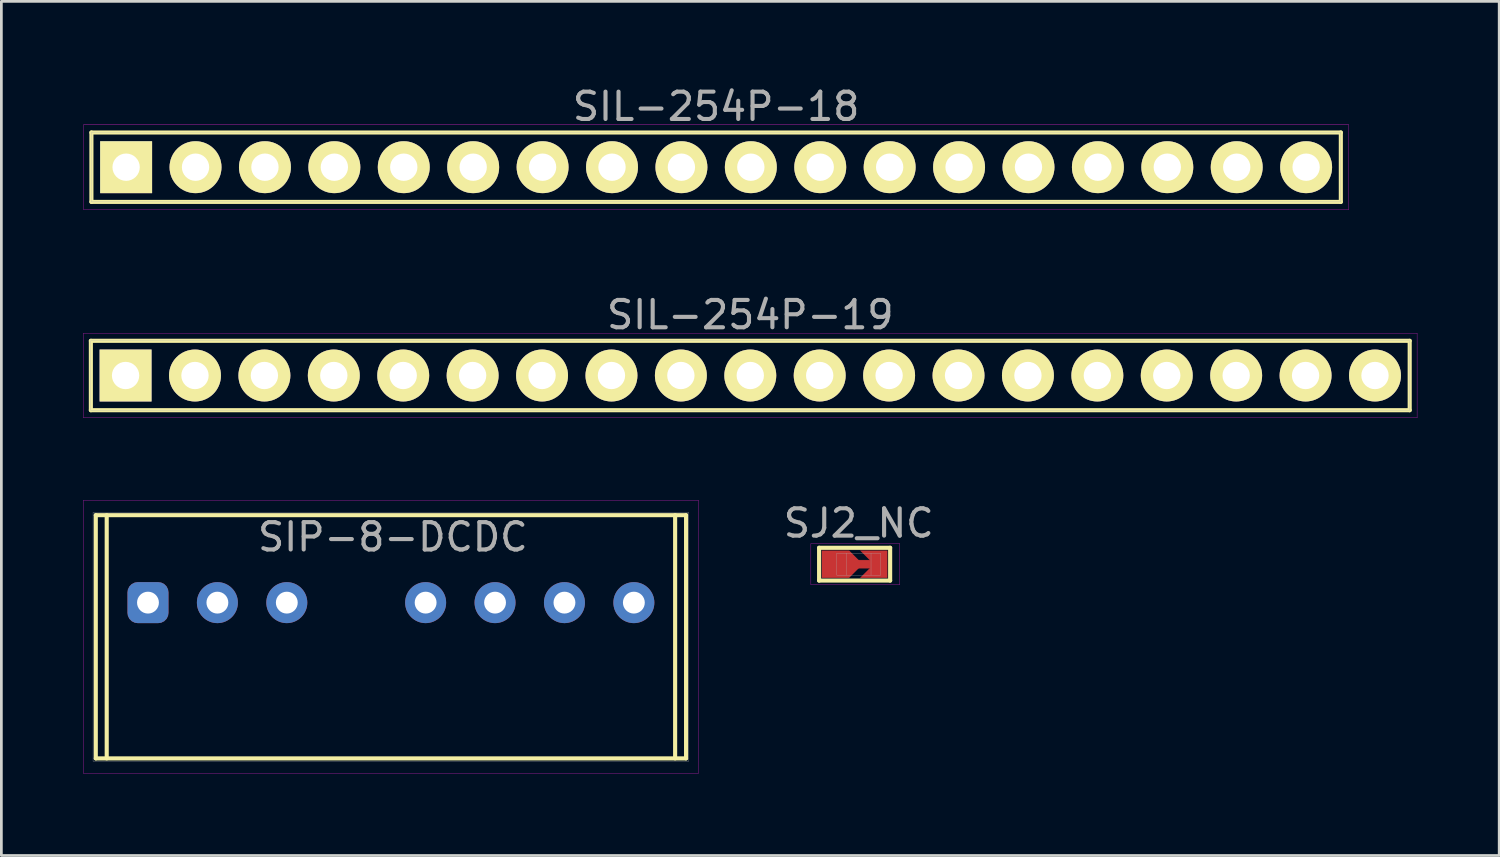
<source format=kicad_pcb>
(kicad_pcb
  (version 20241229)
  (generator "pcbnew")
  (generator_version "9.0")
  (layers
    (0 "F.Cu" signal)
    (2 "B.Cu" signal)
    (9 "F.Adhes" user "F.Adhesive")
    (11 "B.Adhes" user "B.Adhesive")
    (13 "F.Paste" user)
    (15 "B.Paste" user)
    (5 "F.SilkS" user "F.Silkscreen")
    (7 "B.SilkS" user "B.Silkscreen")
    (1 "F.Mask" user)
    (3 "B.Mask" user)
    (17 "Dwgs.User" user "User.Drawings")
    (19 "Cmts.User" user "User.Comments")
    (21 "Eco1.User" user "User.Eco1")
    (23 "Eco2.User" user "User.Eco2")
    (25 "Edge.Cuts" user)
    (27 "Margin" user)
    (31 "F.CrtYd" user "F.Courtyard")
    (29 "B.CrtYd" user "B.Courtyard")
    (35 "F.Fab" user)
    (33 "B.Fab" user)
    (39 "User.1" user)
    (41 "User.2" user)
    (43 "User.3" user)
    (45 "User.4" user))
  (footprint "SIL-254P-18"
    (layer "F.Cu")
    (at 23.155 3.068)
    (property "Reference" "SIL-254P-18" (at 0 -2.22 0) (layer "F.Fab") (effects (font (size 1 1) (thickness 0.15))))
    (attr through_hole)
    (fp_line (start -22.86 -1.27) (end 22.86 -1.27) (stroke (width 0.15) (type solid)) (layer "F.SilkS"))
    (fp_line (start -22.86 1.27) (end -22.86 -1.27) (stroke (width 0.15) (type solid)) (layer "F.SilkS"))
    (fp_line (start 22.86 -1.27) (end 22.86 1.27) (stroke (width 0.15) (type solid)) (layer "F.SilkS"))
    (fp_line (start 22.86 1.27) (end -22.86 1.27) (stroke (width 0.15) (type solid)) (layer "F.SilkS"))
    (fp_line (start -23.15 -1.55) (end 23.15 -1.55) (stroke (width 0.01) (type solid)) (layer "F.CrtYd"))
    (fp_line (start -23.15 1.55) (end -23.15 -1.55) (stroke (width 0.01) (type solid)) (layer "F.CrtYd"))
    (fp_line (start 23.15 -1.55) (end 23.15 1.55) (stroke (width 0.01) (type solid)) (layer "F.CrtYd"))
    (fp_line (start 23.15 1.55) (end -23.15 1.55) (stroke (width 0.01) (type solid)) (layer "F.CrtYd"))
    (fp_line (start -22.86 -1.27) (end 22.86 -1.27) (stroke (width 0.01) (type solid)) (layer "F.Fab"))
    (fp_line (start -22.86 1.27) (end -22.86 -1.27) (stroke (width 0.01) (type solid)) (layer "F.Fab"))
    (fp_line (start 22.86 -1.27) (end 22.86 1.27) (stroke (width 0.01) (type solid)) (layer "F.Fab"))
    (fp_line (start 22.86 1.27) (end -22.86 1.27) (stroke (width 0.01) (type solid)) (layer "F.Fab"))
    (pad "1" thru_hole rect (at -21.59 0) (size 1.9 1.9) (drill 1) (layers "*.Cu" "*.Mask" "F.SilkS"))
    (pad "2" thru_hole circle (at -19.05 0) (size 1.9 1.9) (drill 1) (layers "*.Cu" "*.Mask" "F.SilkS"))
    (pad "3" thru_hole circle (at -16.51 0) (size 1.9 1.9) (drill 1) (layers "*.Cu" "*.Mask" "F.SilkS"))
    (pad "4" thru_hole circle (at -13.97 0) (size 1.9 1.9) (drill 1) (layers "*.Cu" "*.Mask" "F.SilkS"))
    (pad "5" thru_hole circle (at -11.43 0) (size 1.9 1.9) (drill 1) (layers "*.Cu" "*.Mask" "F.SilkS"))
    (pad "6" thru_hole circle (at -8.89 0) (size 1.9 1.9) (drill 1) (layers "*.Cu" "*.Mask" "F.SilkS"))
    (pad "7" thru_hole circle (at -6.35 0) (size 1.9 1.9) (drill 1) (layers "*.Cu" "*.Mask" "F.SilkS"))
    (pad "8" thru_hole circle (at -3.81 0) (size 1.9 1.9) (drill 1) (layers "*.Cu" "*.Mask" "F.SilkS"))
    (pad "9" thru_hole circle (at -1.27 0) (size 1.9 1.9) (drill 1) (layers "*.Cu" "*.Mask" "F.SilkS"))
    (pad "10" thru_hole circle (at 1.27 0) (size 1.9 1.9) (drill 1) (layers "*.Cu" "*.Mask" "F.SilkS"))
    (pad "11" thru_hole circle (at 3.81 0) (size 1.9 1.9) (drill 1) (layers "*.Cu" "*.Mask" "F.SilkS"))
    (pad "12" thru_hole circle (at 6.35 0) (size 1.9 1.9) (drill 1) (layers "*.Cu" "*.Mask" "F.SilkS"))
    (pad "13" thru_hole circle (at 8.89 0) (size 1.9 1.9) (drill 1) (layers "*.Cu" "*.Mask" "F.SilkS"))
    (pad "14" thru_hole circle (at 11.43 0) (size 1.9 1.9) (drill 1) (layers "*.Cu" "*.Mask" "F.SilkS"))
    (pad "15" thru_hole circle (at 13.97 0) (size 1.9 1.9) (drill 1) (layers "*.Cu" "*.Mask" "F.SilkS"))
    (pad "16" thru_hole circle (at 16.51 0) (size 1.9 1.9) (drill 1) (layers "*.Cu" "*.Mask" "F.SilkS"))
    (pad "17" thru_hole circle (at 19.05 0) (size 1.9 1.9) (drill 1) (layers "*.Cu" "*.Mask" "F.SilkS"))
    (pad "18" thru_hole circle (at 21.59 0) (size 1.9 1.9) (drill 1) (layers "*.Cu" "*.Mask" "F.SilkS")))
  (footprint "SIP-8-DCDC"
    (layer "F.Cu")
    (at 11.255 19.002)
    (property "Reference" "SIP-8-DCDC" (at 0.07 -2.4 0) (layer "F.Fab") (effects (font (size 1 1) (thickness 0.15))))
    (attr through_hole)
    (fp_line (start -10.8 -3.2) (end 10.8 -3.2) (stroke (width 0.15) (type solid)) (layer "F.SilkS"))
    (fp_line (start -10.8 5.7) (end -10.8 -3.2) (stroke (width 0.15) (type solid)) (layer "F.SilkS"))
    (fp_line (start -10.4 -3.2) (end -10.4 5.7) (stroke (width 0.15) (type solid)) (layer "F.SilkS"))
    (fp_line (start 10.4 -3.2) (end 10.4 5.7) (stroke (width 0.15) (type solid)) (layer "F.SilkS"))
    (fp_line (start 10.8 -3.2) (end 10.8 5.7) (stroke (width 0.15) (type solid)) (layer "F.SilkS"))
    (fp_line (start 10.8 5.7) (end -10.8 5.7) (stroke (width 0.15) (type solid)) (layer "F.SilkS"))
    (fp_line (start -11.25 -3.75) (end -11.25 6.25) (stroke (width 0.01) (type solid)) (layer "F.CrtYd"))
    (fp_line (start -11.25 6.25) (end 11.25 6.25) (stroke (width 0.01) (type solid)) (layer "F.CrtYd"))
    (fp_line (start 11.25 -3.75) (end -11.25 -3.75) (stroke (width 0.01) (type solid)) (layer "F.CrtYd"))
    (fp_line (start 11.25 6.25) (end 11.25 -3.75) (stroke (width 0.01) (type solid)) (layer "F.CrtYd"))
    (fp_line (start -10.9 -3.3) (end 10.9 -3.3) (stroke (width 0.01) (type solid)) (layer "F.Fab"))
    (fp_line (start -10.9 5.8) (end -10.9 -3.3) (stroke (width 0.01) (type solid)) (layer "F.Fab"))
    (fp_line (start 10.9 -3.3) (end 10.9 5.8) (stroke (width 0.01) (type solid)) (layer "F.Fab"))
    (fp_line (start 10.9 5.8) (end -10.9 5.8) (stroke (width 0.01) (type solid)) (layer "F.Fab"))
    (pad "1" thru_hole roundrect (at -8.89 0) (size 1.5 1.5) (drill 0.8) (layers "*.Cu" "*.Mask") (roundrect_rratio 0.25))
    (pad "2" thru_hole circle (at -6.35 0) (size 1.5 1.5) (drill 0.8) (layers "*.Cu" "*.Mask"))
    (pad "3" thru_hole circle (at -3.81 0) (size 1.5 1.5) (drill 0.8) (layers "*.Cu" "*.Mask"))
    (pad "5" thru_hole circle (at 1.27 0) (size 1.5 1.5) (drill 0.8) (layers "*.Cu" "*.Mask"))
    (pad "6" thru_hole circle (at 3.81 0) (size 1.5 1.5) (drill 0.8) (layers "*.Cu" "*.Mask"))
    (pad "7" thru_hole circle (at 6.35 0) (size 1.5 1.5) (drill 0.8) (layers "*.Cu" "*.Mask"))
    (pad "8" thru_hole circle (at 8.89 0) (size 1.5 1.5) (drill 0.8) (layers "*.Cu" "*.Mask")))
  (footprint "SIL-254P-19"
    (layer "F.Cu")
    (at 24.405 10.691)
    (property "Reference" "SIL-254P-19" (at 0 -2.22 0) (layer "F.Fab") (effects (font (size 1 1) (thickness 0.15))))
    (attr through_hole)
    (fp_line (start -24.13 -1.27) (end 24.13 -1.27) (stroke (width 0.15) (type solid)) (layer "F.SilkS"))
    (fp_line (start -24.13 1.27) (end -24.13 -1.27) (stroke (width 0.15) (type solid)) (layer "F.SilkS"))
    (fp_line (start 24.13 -1.27) (end 24.13 1.27) (stroke (width 0.15) (type solid)) (layer "F.SilkS"))
    (fp_line (start 24.13 1.27) (end -24.13 1.27) (stroke (width 0.15) (type solid)) (layer "F.SilkS"))
    (fp_line (start -24.4 -1.55) (end 24.4 -1.55) (stroke (width 0.01) (type solid)) (layer "F.CrtYd"))
    (fp_line (start -24.4 1.55) (end -24.4 -1.55) (stroke (width 0.01) (type solid)) (layer "F.CrtYd"))
    (fp_line (start 24.4 -1.55) (end 24.4 1.55) (stroke (width 0.01) (type solid)) (layer "F.CrtYd"))
    (fp_line (start 24.4 1.55) (end -24.4 1.55) (stroke (width 0.01) (type solid)) (layer "F.CrtYd"))
    (fp_line (start -24.13 -1.27) (end 24.13 -1.27) (stroke (width 0.01) (type solid)) (layer "F.Fab"))
    (fp_line (start -24.13 1.27) (end -24.13 -1.27) (stroke (width 0.01) (type solid)) (layer "F.Fab"))
    (fp_line (start 24.13 -1.27) (end 24.13 1.27) (stroke (width 0.01) (type solid)) (layer "F.Fab"))
    (fp_line (start 24.13 1.27) (end -24.13 1.27) (stroke (width 0.01) (type solid)) (layer "F.Fab"))
    (pad "1" thru_hole rect (at -22.86 0) (size 1.9 1.9) (drill 1) (layers "*.Cu" "*.Mask" "F.SilkS"))
    (pad "2" thru_hole circle (at -20.32 0) (size 1.9 1.9) (drill 1) (layers "*.Cu" "*.Mask" "F.SilkS"))
    (pad "3" thru_hole circle (at -17.78 0) (size 1.9 1.9) (drill 1) (layers "*.Cu" "*.Mask" "F.SilkS"))
    (pad "4" thru_hole circle (at -15.24 0) (size 1.9 1.9) (drill 1) (layers "*.Cu" "*.Mask" "F.SilkS"))
    (pad "5" thru_hole circle (at -12.7 0) (size 1.9 1.9) (drill 1) (layers "*.Cu" "*.Mask" "F.SilkS"))
    (pad "6" thru_hole circle (at -10.16 0) (size 1.9 1.9) (drill 1) (layers "*.Cu" "*.Mask" "F.SilkS"))
    (pad "7" thru_hole circle (at -7.62 0) (size 1.9 1.9) (drill 1) (layers "*.Cu" "*.Mask" "F.SilkS"))
    (pad "8" thru_hole circle (at -5.08 0) (size 1.9 1.9) (drill 1) (layers "*.Cu" "*.Mask" "F.SilkS"))
    (pad "9" thru_hole circle (at -2.54 0) (size 1.9 1.9) (drill 1) (layers "*.Cu" "*.Mask" "F.SilkS"))
    (pad "10" thru_hole circle (at 0 0) (size 1.9 1.9) (drill 1) (layers "*.Cu" "*.Mask" "F.SilkS"))
    (pad "11" thru_hole circle (at 2.54 0) (size 1.9 1.9) (drill 1) (layers "*.Cu" "*.Mask" "F.SilkS"))
    (pad "12" thru_hole circle (at 5.08 0) (size 1.9 1.9) (drill 1) (layers "*.Cu" "*.Mask" "F.SilkS"))
    (pad "13" thru_hole circle (at 7.62 0) (size 1.9 1.9) (drill 1) (layers "*.Cu" "*.Mask" "F.SilkS"))
    (pad "14" thru_hole circle (at 10.16 0) (size 1.9 1.9) (drill 1) (layers "*.Cu" "*.Mask" "F.SilkS"))
    (pad "15" thru_hole circle (at 12.7 0) (size 1.9 1.9) (drill 1) (layers "*.Cu" "*.Mask" "F.SilkS"))
    (pad "16" thru_hole circle (at 15.24 0) (size 1.9 1.9) (drill 1) (layers "*.Cu" "*.Mask" "F.SilkS"))
    (pad "17" thru_hole circle (at 17.78 0) (size 1.9 1.9) (drill 1) (layers "*.Cu" "*.Mask" "F.SilkS"))
    (pad "18" thru_hole circle (at 20.32 0) (size 1.9 1.9) (drill 1) (layers "*.Cu" "*.Mask" "F.SilkS"))
    (pad "19" thru_hole circle (at 22.86 0) (size 1.9 1.9) (drill 1) (layers "*.Cu" "*.Mask" "F.SilkS")))
  (footprint "SJ2_NC"
    (layer "F.Cu")
    (at 28.373 17.595)
    (property "Reference" "SJ2_NC" (at 0 -1.5 180) (layer "F.Fab") (effects (font (size 1 1) (thickness 0.15))))
    (attr through_hole)
    (fp_poly (pts (xy 0.6 0.15) (xy -0.05 0.15) (xy -0.05 -0.15) (xy 0.6 -0.15)) (stroke (width 0.01) (type solid)) (fill yes) (layer "F.Cu"))
    (fp_line (start -1.45 -0.6) (end -1.45 0.6) (stroke (width 0.15) (type solid)) (layer "F.SilkS"))
    (fp_line (start -1.45 0.6) (end 1.15 0.6) (stroke (width 0.15) (type solid)) (layer "F.SilkS"))
    (fp_line (start 1.15 -0.6) (end -1.45 -0.6) (stroke (width 0.15) (type solid)) (layer "F.SilkS"))
    (fp_line (start 1.15 0.6) (end 1.15 -0.6) (stroke (width 0.15) (type solid)) (layer "F.SilkS"))
    (fp_line (start -1.75 -0.75) (end 1.5 -0.75) (stroke (width 0.01) (type solid)) (layer "F.CrtYd"))
    (fp_line (start -1.75 0.75) (end -1.75 -0.75) (stroke (width 0.01) (type solid)) (layer "F.CrtYd"))
    (fp_line (start 1.5 -0.75) (end 1.5 0.75) (stroke (width 0.01) (type solid)) (layer "F.CrtYd"))
    (fp_line (start 1.5 0.75) (end -1.75 0.75) (stroke (width 0.01) (type solid)) (layer "F.CrtYd"))
    (fp_line (start -0.8 -0.4) (end 0.8 -0.4) (stroke (width 0.01) (type solid)) (layer "F.Fab"))
    (fp_line (start -0.8 0.4) (end -0.8 -0.4) (stroke (width 0.01) (type solid)) (layer "F.Fab"))
    (fp_line (start -0.45 -0.4) (end -0.45 0.4) (stroke (width 0.01) (type solid)) (layer "F.Fab"))
    (fp_line (start 0.45 -0.4) (end 0.45 0.4) (stroke (width 0.01) (type solid)) (layer "F.Fab"))
    (fp_line (start 0.8 -0.4) (end 0.8 0.4) (stroke (width 0.01) (type solid)) (layer "F.Fab"))
    (fp_line (start 0.8 0.4) (end -0.8 0.4) (stroke (width 0.01) (type solid)) (layer "F.Fab"))
    (pad "" smd rect (at 0.1 0) (size 1 1) (layers "F.Mask"))
    (pad "1" smd custom (at -0.85 0) (size 1 1) (layers "F.Cu" "F.Mask") (options (anchor rect)) (primitives (gr_poly (pts (xy 0.5 0.5) (xy 1 0) (xy 0.5 -0.5)) (width 0) (fill yes))))
    (pad "2" smd custom (at 0.85 0) (size 0.4 0.4) (layers "F.Cu" "F.Mask") (options (anchor rect)) (primitives (gr_poly (pts (xy -0.8 0.5) (xy -0.3 0) (xy -0.8 -0.5) (xy 0.2 -0.5) (xy 0.2 0.5)) (width 0) (fill yes)))))
  (gr_rect
    (start -3 -3)
    (end 51.81 28.256)
    (stroke (width 0.1) (type default))
    (fill no)
    (layer "Edge.Cuts")))
</source>
